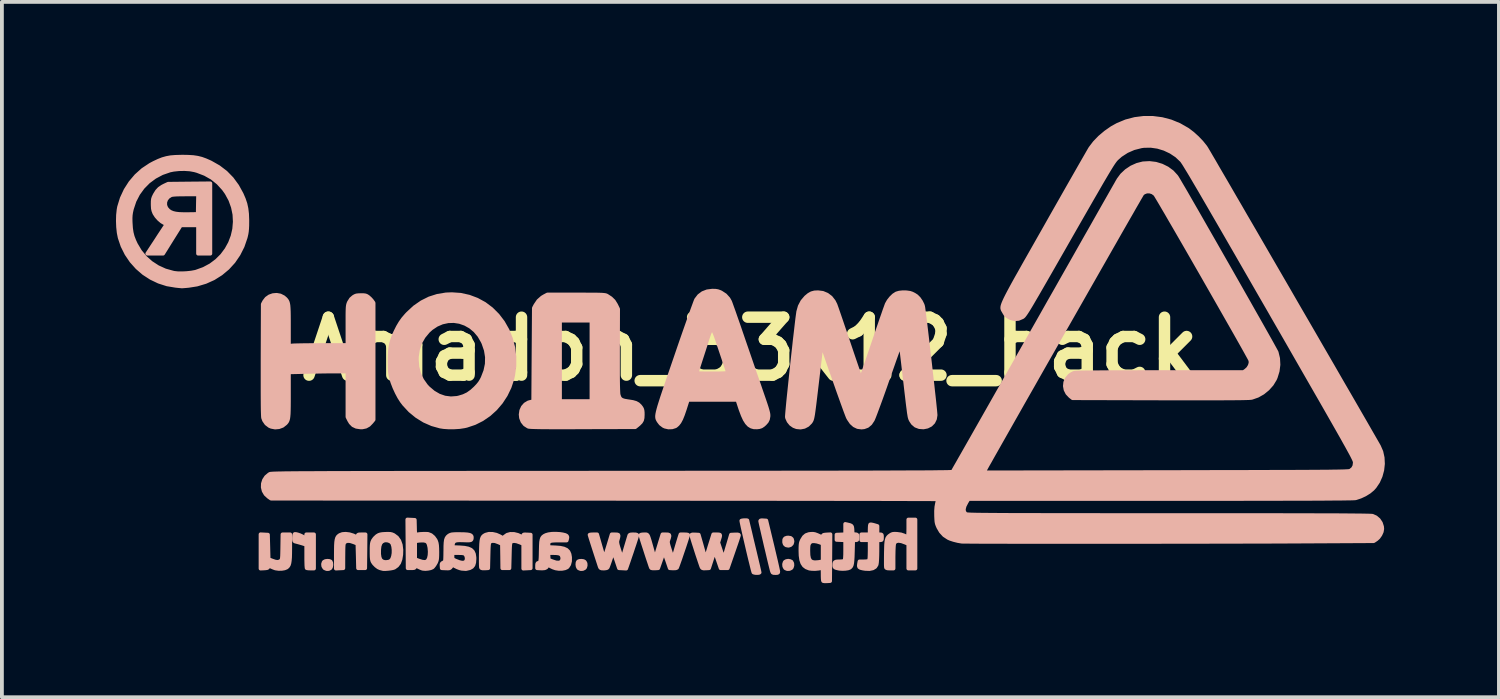
<source format=kicad_pcb>
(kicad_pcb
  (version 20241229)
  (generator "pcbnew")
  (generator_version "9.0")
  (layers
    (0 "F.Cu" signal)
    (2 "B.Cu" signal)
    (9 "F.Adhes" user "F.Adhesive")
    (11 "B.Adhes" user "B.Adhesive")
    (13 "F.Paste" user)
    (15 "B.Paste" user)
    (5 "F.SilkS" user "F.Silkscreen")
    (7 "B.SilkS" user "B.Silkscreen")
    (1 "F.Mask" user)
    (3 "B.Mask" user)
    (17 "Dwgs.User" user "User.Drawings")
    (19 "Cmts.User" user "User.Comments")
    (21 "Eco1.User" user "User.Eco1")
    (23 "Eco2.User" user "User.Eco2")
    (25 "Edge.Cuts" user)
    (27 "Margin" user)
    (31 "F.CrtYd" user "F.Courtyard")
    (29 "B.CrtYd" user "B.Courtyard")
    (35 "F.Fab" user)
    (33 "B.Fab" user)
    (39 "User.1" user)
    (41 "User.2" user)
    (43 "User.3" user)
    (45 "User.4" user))
  (footprint "Amadon_33x12_back"
    (layer "F.Cu")
    (at 16.688 6.126)
    (property "Reference" "Amadon_33x12_back" (at 0 0 0) (layer "F.SilkS") (effects (font (size 1.524 1.524) (thickness 0.3))))
    (attr through_hole)
    (fp_poly (pts (xy -11.024 5.677) (xy -11.032 5.729) (xy -11.05 5.765) (xy -11.094 5.787) (xy -11.148 5.788) (xy -11.199 5.767) (xy -11.21 5.757) (xy -11.237 5.711) (xy -11.242 5.657) (xy -11.226 5.608) (xy -11.217 5.598) (xy -11.181 5.579) (xy -11.129 5.572) (xy -11.079 5.576) (xy -11.044 5.591) (xy -11.028 5.626) (xy -11.024 5.677)) (stroke (width 0.1) (type solid)) (fill yes) (layer "B.SilkS"))
    (fp_poly (pts (xy -4.337 5.694) (xy -4.351 5.744) (xy -4.366 5.763) (xy -4.412 5.786) (xy -4.467 5.789) (xy -4.515 5.77) (xy -4.527 5.76) (xy -4.547 5.72) (xy -4.554 5.668) (xy -4.549 5.618) (xy -4.535 5.591) (xy -4.5 5.576) (xy -4.449 5.572) (xy -4.397 5.579) (xy -4.362 5.598) (xy -4.34 5.64) (xy -4.337 5.694)) (stroke (width 0.1) (type solid)) (fill yes) (layer "B.SilkS"))
    (fp_poly (pts (xy 1.101 5.067) (xy 1.086 5.122) (xy 1.049 5.159) (xy 0.997 5.175) (xy 0.939 5.164) (xy 0.931 5.16) (xy 0.9 5.133) (xy 0.885 5.089) (xy 0.884 5.074) (xy 0.886 5.014) (xy 0.91 4.979) (xy 0.958 4.963) (xy 0.992 4.961) (xy 1.052 4.97) (xy 1.087 5) (xy 1.1 5.053) (xy 1.101 5.067)) (stroke (width 0.1) (type solid)) (fill yes) (layer "B.SilkS"))
    (fp_poly (pts (xy 1.099 5.694) (xy 1.084 5.744) (xy 1.07 5.763) (xy 1.023 5.786) (xy 0.968 5.789) (xy 0.92 5.77) (xy 0.909 5.76) (xy 0.886 5.715) (xy 0.882 5.66) (xy 0.897 5.611) (xy 0.907 5.598) (xy 0.942 5.579) (xy 0.99 5.571) (xy 0.991 5.571) (xy 1.038 5.579) (xy 1.074 5.597) (xy 1.074 5.598) (xy 1.096 5.64) (xy 1.099 5.694)) (stroke (width 0.1) (type solid)) (fill yes) (layer "B.SilkS"))
    (fp_poly (pts (xy -11.481 5.774) (xy -11.571 5.774) (xy -11.624 5.772) (xy -11.662 5.767) (xy -11.673 5.763) (xy -11.676 5.743) (xy -11.68 5.695) (xy -11.682 5.625) (xy -11.684 5.537) (xy -11.684 5.451) (xy -11.684 5.15) (xy -11.79 5.116) (xy -11.855 5.097) (xy -11.916 5.08) (xy -11.951 5.071) (xy -11.982 5.063) (xy -11.999 5.049) (xy -12.005 5.019) (xy -12.006 4.97) (xy -12.003 4.917) (xy -11.995 4.879) (xy -11.988 4.868) (xy -11.961 4.867) (xy -11.912 4.878) (xy -11.854 4.898) (xy -11.795 4.925) (xy -11.744 4.954) (xy -11.684 4.994) (xy -11.684 4.936) (xy -11.684 4.877) (xy -11.582 4.877) (xy -11.481 4.877) (xy -11.481 5.326) (xy -11.481 5.774)) (stroke (width 0.1) (type solid)) (fill yes) (layer "B.SilkS"))
    (fp_poly (pts (xy 0.727 5.855) (xy 0.724 5.878) (xy 0.707 5.89) (xy 0.667 5.893) (xy 0.653 5.893) (xy 0.605 5.891) (xy 0.58 5.88) (xy 0.566 5.852) (xy 0.559 5.829) (xy 0.549 5.791) (xy 0.533 5.727) (xy 0.512 5.641) (xy 0.487 5.538) (xy 0.46 5.423) (xy 0.431 5.299) (xy 0.4 5.171) (xy 0.371 5.043) (xy 0.342 4.92) (xy 0.316 4.806) (xy 0.293 4.706) (xy 0.274 4.624) (xy 0.261 4.564) (xy 0.255 4.531) (xy 0.254 4.527) (xy 0.263 4.512) (xy 0.294 4.506) (xy 0.334 4.508) (xy 0.413 4.513) (xy 0.57 5.165) (xy 0.604 5.309) (xy 0.636 5.445) (xy 0.665 5.567) (xy 0.689 5.673) (xy 0.708 5.758) (xy 0.721 5.819) (xy 0.727 5.851) (xy 0.727 5.855)) (stroke (width 0.1) (type solid)) (fill yes) (layer "B.SilkS"))
    (fp_poly (pts (xy 0.237 5.879) (xy 0.222 5.888) (xy 0.187 5.892) (xy 0.142 5.892) (xy 0.102 5.886) (xy 0.077 5.877) (xy 0.076 5.875) (xy 0.069 5.854) (xy 0.055 5.804) (xy 0.037 5.731) (xy 0.014 5.637) (xy -0.013 5.529) (xy -0.042 5.408) (xy -0.072 5.281) (xy -0.102 5.151) (xy -0.132 5.023) (xy -0.16 4.9) (xy -0.186 4.787) (xy -0.208 4.689) (xy -0.225 4.609) (xy -0.237 4.551) (xy -0.242 4.521) (xy -0.242 4.517) (xy -0.224 4.511) (xy -0.187 4.506) (xy -0.143 4.504) (xy -0.105 4.505) (xy -0.085 4.509) (xy -0.085 4.511) (xy -0.081 4.528) (xy -0.07 4.575) (xy -0.053 4.647) (xy -0.03 4.742) (xy -0.003 4.856) (xy 0.027 4.986) (xy 0.061 5.128) (xy 0.076 5.191) (xy 0.111 5.337) (xy 0.143 5.472) (xy 0.172 5.594) (xy 0.197 5.699) (xy 0.216 5.783) (xy 0.23 5.843) (xy 0.236 5.874) (xy 0.237 5.879)) (stroke (width 0.1) (type solid)) (fill yes) (layer "B.SilkS"))
    (fp_poly (pts (xy -10.126 4.877) (xy -10.13 5.321) (xy -10.135 5.766) (xy -10.228 5.766) (xy -10.321 5.766) (xy -10.329 5.444) (xy -10.338 5.123) (xy -10.431 5.085) (xy -10.526 5.054) (xy -10.6 5.049) (xy -10.654 5.069) (xy -10.668 5.08) (xy -10.681 5.094) (xy -10.69 5.109) (xy -10.697 5.13) (xy -10.702 5.162) (xy -10.705 5.21) (xy -10.707 5.277) (xy -10.708 5.369) (xy -10.709 5.49) (xy -10.709 5.495) (xy -10.71 5.766) (xy -10.808 5.771) (xy -10.905 5.776) (xy -10.905 5.411) (xy -10.904 5.273) (xy -10.902 5.165) (xy -10.897 5.083) (xy -10.888 5.021) (xy -10.875 4.975) (xy -10.857 4.941) (xy -10.832 4.916) (xy -10.8 4.893) (xy -10.732 4.868) (xy -10.646 4.862) (xy -10.549 4.874) (xy -10.45 4.904) (xy -10.427 4.915) (xy -10.329 4.96) (xy -10.329 4.918) (xy -10.327 4.895) (xy -10.315 4.883) (xy -10.285 4.878) (xy -10.23 4.877) (xy -10.227 4.877) (xy -10.126 4.877)) (stroke (width 0.1) (type solid)) (fill yes) (layer "B.SilkS"))
    (fp_poly (pts (xy -12.107 5.232) (xy -12.108 5.372) (xy -12.111 5.482) (xy -12.118 5.567) (xy -12.128 5.631) (xy -12.142 5.678) (xy -12.163 5.713) (xy -12.189 5.739) (xy -12.204 5.75) (xy -12.257 5.771) (xy -12.33 5.783) (xy -12.41 5.784) (xy -12.484 5.774) (xy -12.505 5.769) (xy -12.564 5.746) (xy -12.62 5.721) (xy -12.627 5.718) (xy -12.663 5.701) (xy -12.679 5.701) (xy -12.685 5.721) (xy -12.686 5.728) (xy -12.693 5.75) (xy -12.712 5.762) (xy -12.751 5.768) (xy -12.789 5.771) (xy -12.886 5.776) (xy -12.886 5.326) (xy -12.886 4.875) (xy -12.789 4.88) (xy -12.692 4.885) (xy -12.683 5.207) (xy -12.675 5.528) (xy -12.581 5.566) (xy -12.499 5.594) (xy -12.436 5.602) (xy -12.387 5.59) (xy -12.359 5.573) (xy -12.345 5.56) (xy -12.335 5.546) (xy -12.328 5.524) (xy -12.323 5.491) (xy -12.319 5.441) (xy -12.317 5.369) (xy -12.315 5.27) (xy -12.314 5.209) (xy -12.309 4.877) (xy -12.208 4.877) (xy -12.107 4.877) (xy -12.107 5.232)) (stroke (width 0.1) (type solid)) (fill yes) (layer "B.SilkS"))
    (fp_poly (pts (xy 3.454 4.953) (xy 3.453 5) (xy 3.445 5.022) (xy 3.422 5.029) (xy 3.395 5.029) (xy 3.336 5.029) (xy 3.335 5.321) (xy 3.333 5.441) (xy 3.329 5.542) (xy 3.323 5.619) (xy 3.315 5.667) (xy 3.314 5.673) (xy 3.277 5.732) (xy 3.214 5.77) (xy 3.126 5.788) (xy 3.016 5.784) (xy 2.948 5.773) (xy 2.889 5.758) (xy 2.858 5.738) (xy 2.848 5.706) (xy 2.853 5.657) (xy 2.865 5.588) (xy 2.978 5.588) (xy 3.043 5.585) (xy 3.092 5.577) (xy 3.112 5.568) (xy 3.121 5.544) (xy 3.128 5.492) (xy 3.131 5.409) (xy 3.133 5.295) (xy 3.133 5.288) (xy 3.133 5.029) (xy 3.023 5.029) (xy 2.913 5.029) (xy 2.913 4.953) (xy 2.913 4.877) (xy 3.023 4.877) (xy 3.133 4.877) (xy 3.133 4.751) (xy 3.135 4.689) (xy 3.139 4.641) (xy 3.146 4.617) (xy 3.148 4.616) (xy 3.171 4.615) (xy 3.215 4.623) (xy 3.249 4.632) (xy 3.336 4.658) (xy 3.336 4.767) (xy 3.336 4.877) (xy 3.395 4.877) (xy 3.432 4.878) (xy 3.449 4.889) (xy 3.454 4.919) (xy 3.454 4.953)) (stroke (width 0.1) (type solid)) (fill yes) (layer "B.SilkS"))
    (fp_poly (pts (xy 4.335 5.774) (xy 4.242 5.774) (xy 4.149 5.774) (xy 4.149 5.452) (xy 4.149 5.129) (xy 4.071 5.095) (xy 3.97 5.058) (xy 3.888 5.046) (xy 3.826 5.059) (xy 3.786 5.097) (xy 3.778 5.116) (xy 3.771 5.153) (xy 3.766 5.217) (xy 3.762 5.305) (xy 3.76 5.409) (xy 3.759 5.472) (xy 3.759 5.774) (xy 3.666 5.774) (xy 3.603 5.771) (xy 3.569 5.759) (xy 3.563 5.75) (xy 3.56 5.727) (xy 3.558 5.675) (xy 3.558 5.6) (xy 3.558 5.508) (xy 3.559 5.404) (xy 3.559 5.382) (xy 3.562 5.252) (xy 3.565 5.152) (xy 3.572 5.075) (xy 3.582 5.019) (xy 3.596 4.977) (xy 3.617 4.946) (xy 3.644 4.919) (xy 3.675 4.897) (xy 3.711 4.875) (xy 3.747 4.864) (xy 3.795 4.861) (xy 3.852 4.864) (xy 3.955 4.878) (xy 4.038 4.906) (xy 4.042 4.908) (xy 4.088 4.93) (xy 4.122 4.943) (xy 4.131 4.945) (xy 4.139 4.928) (xy 4.145 4.879) (xy 4.148 4.8) (xy 4.149 4.716) (xy 4.149 4.487) (xy 4.242 4.487) (xy 4.335 4.487) (xy 4.335 5.131) (xy 4.335 5.774)) (stroke (width 0.1) (type solid)) (fill yes) (layer "B.SilkS"))
    (fp_poly (pts (xy 2.811 4.954) (xy 2.81 5) (xy 2.801 5.022) (xy 2.777 5.029) (xy 2.754 5.029) (xy 2.697 5.029) (xy 2.689 5.338) (xy 2.685 5.463) (xy 2.679 5.558) (xy 2.672 5.628) (xy 2.661 5.679) (xy 2.646 5.715) (xy 2.626 5.739) (xy 2.604 5.756) (xy 2.559 5.772) (xy 2.492 5.782) (xy 2.416 5.785) (xy 2.34 5.78) (xy 2.307 5.774) (xy 2.249 5.76) (xy 2.217 5.745) (xy 2.204 5.723) (xy 2.201 5.69) (xy 2.204 5.639) (xy 2.217 5.609) (xy 2.247 5.593) (xy 2.301 5.588) (xy 2.335 5.588) (xy 2.4 5.585) (xy 2.448 5.577) (xy 2.469 5.568) (xy 2.478 5.544) (xy 2.484 5.491) (xy 2.488 5.409) (xy 2.489 5.295) (xy 2.489 5.289) (xy 2.489 5.031) (xy 2.375 5.026) (xy 2.261 5.021) (xy 2.261 4.953) (xy 2.261 4.885) (xy 2.375 4.88) (xy 2.489 4.875) (xy 2.489 4.739) (xy 2.489 4.603) (xy 2.544 4.615) (xy 2.609 4.631) (xy 2.648 4.648) (xy 2.668 4.674) (xy 2.676 4.717) (xy 2.679 4.762) (xy 2.684 4.868) (xy 2.747 4.874) (xy 2.787 4.879) (xy 2.805 4.891) (xy 2.811 4.922) (xy 2.811 4.954)) (stroke (width 0.1) (type solid)) (fill yes) (layer "B.SilkS"))
    (fp_poly (pts (xy -14.207 -2.506) (xy -14.368 -2.506) (xy -14.528 -2.506) (xy -14.528 -4.064) (xy -14.859 -4.064) (xy -14.989 -4.063) (xy -15.089 -4.061) (xy -15.162 -4.056) (xy -15.213 -4.05) (xy -15.245 -4.041) (xy -15.319 -3.993) (xy -15.369 -3.929) (xy -15.394 -3.855) (xy -15.393 -3.777) (xy -15.364 -3.703) (xy -15.308 -3.639) (xy -15.255 -3.603) (xy -15.193 -3.577) (xy -15.118 -3.559) (xy -15.024 -3.548) (xy -14.905 -3.544) (xy -14.8 -3.544) (xy -14.537 -3.548) (xy -14.533 -3.806) (xy -14.528 -4.064) (xy -14.528 -2.506) (xy -14.529 -2.506) (xy -14.529 -2.879) (xy -14.529 -3.251) (xy -14.756 -3.251) (xy -14.984 -3.251) (xy -15.217 -2.879) (xy -15.449 -2.506) (xy -15.657 -2.506) (xy -15.865 -2.506) (xy -15.623 -2.874) (xy -15.558 -2.975) (xy -15.498 -3.066) (xy -15.446 -3.145) (xy -15.406 -3.206) (xy -15.379 -3.247) (xy -15.369 -3.263) (xy -15.375 -3.284) (xy -15.412 -3.307) (xy -15.417 -3.309) (xy -15.486 -3.35) (xy -15.559 -3.412) (xy -15.625 -3.486) (xy -15.674 -3.561) (xy -15.682 -3.578) (xy -15.704 -3.635) (xy -15.717 -3.693) (xy -15.721 -3.766) (xy -15.722 -3.81) (xy -15.721 -3.885) (xy -15.715 -3.939) (xy -15.701 -3.985) (xy -15.677 -4.036) (xy -15.664 -4.061) (xy -15.609 -4.149) (xy -15.548 -4.215) (xy -15.469 -4.269) (xy -15.409 -4.3) (xy -15.316 -4.343) (xy -14.762 -4.349) (xy -14.207 -4.354) (xy -14.207 -3.43) (xy -14.207 -2.506)) (stroke (width 0.1) (type solid)) (fill yes) (layer "B.SilkS"))
    (fp_poly (pts (xy -9.183 5.285) (xy -9.187 5.41) (xy -9.207 5.532) (xy -9.242 5.627) (xy -9.295 5.698) (xy -9.367 5.75) (xy -9.37 5.752) (xy -9.387 5.757) (xy -9.387 5.282) (xy -9.397 5.195) (xy -9.42 5.12) (xy -9.425 5.11) (xy -9.464 5.069) (xy -9.523 5.042) (xy -9.59 5.033) (xy -9.637 5.039) (xy -9.695 5.068) (xy -9.734 5.116) (xy -9.758 5.188) (xy -9.768 5.276) (xy -9.769 5.394) (xy -9.756 5.482) (xy -9.73 5.545) (xy -9.687 5.584) (xy -9.627 5.603) (xy -9.587 5.605) (xy -9.513 5.596) (xy -9.461 5.571) (xy -9.426 5.525) (xy -9.402 5.456) (xy -9.388 5.372) (xy -9.387 5.282) (xy -9.387 5.757) (xy -9.408 5.764) (xy -9.466 5.775) (xy -9.533 5.783) (xy -9.599 5.788) (xy -9.652 5.788) (xy -9.677 5.784) (xy -9.706 5.776) (xy -9.741 5.767) (xy -9.792 5.744) (xy -9.849 5.701) (xy -9.902 5.647) (xy -9.936 5.598) (xy -9.949 5.568) (xy -9.958 5.527) (xy -9.963 5.469) (xy -9.965 5.388) (xy -9.965 5.326) (xy -9.965 5.232) (xy -9.962 5.165) (xy -9.957 5.117) (xy -9.948 5.08) (xy -9.934 5.048) (xy -9.927 5.033) (xy -9.887 4.978) (xy -9.835 4.928) (xy -9.819 4.916) (xy -9.779 4.892) (xy -9.737 4.878) (xy -9.684 4.869) (xy -9.608 4.864) (xy -9.604 4.864) (xy -9.528 4.862) (xy -9.474 4.865) (xy -9.432 4.874) (xy -9.39 4.892) (xy -9.381 4.897) (xy -9.299 4.958) (xy -9.238 5.044) (xy -9.199 5.154) (xy -9.183 5.285)) (stroke (width 0.1) (type solid)) (fill yes) (layer "B.SilkS"))
    (fp_poly (pts (xy -8.238 5.34) (xy -8.238 5.342) (xy -8.239 5.432) (xy -8.242 5.496) (xy -8.248 5.543) (xy -8.259 5.582) (xy -8.276 5.621) (xy -8.281 5.629) (xy -8.313 5.683) (xy -8.348 5.728) (xy -8.366 5.745) (xy -8.414 5.766) (xy -8.436 5.771) (xy -8.436 5.332) (xy -8.444 5.233) (xy -8.446 5.217) (xy -8.465 5.135) (xy -8.492 5.082) (xy -8.533 5.052) (xy -8.593 5.04) (xy -8.632 5.039) (xy -8.695 5.041) (xy -8.751 5.047) (xy -8.776 5.052) (xy -8.822 5.064) (xy -8.822 5.297) (xy -8.822 5.531) (xy -8.725 5.567) (xy -8.636 5.595) (xy -8.57 5.603) (xy -8.522 5.592) (xy -8.486 5.562) (xy -8.458 5.505) (xy -8.441 5.426) (xy -8.436 5.332) (xy -8.436 5.771) (xy -8.481 5.78) (xy -8.553 5.786) (xy -8.617 5.781) (xy -8.636 5.776) (xy -8.678 5.76) (xy -8.731 5.735) (xy -8.749 5.726) (xy -8.82 5.69) (xy -8.825 5.728) (xy -8.832 5.75) (xy -8.85 5.761) (xy -8.888 5.765) (xy -8.924 5.766) (xy -9.017 5.766) (xy -9.021 5.126) (xy -9.026 4.486) (xy -8.928 4.491) (xy -8.831 4.496) (xy -8.826 4.696) (xy -8.824 4.781) (xy -8.82 4.838) (xy -8.816 4.871) (xy -8.808 4.885) (xy -8.798 4.887) (xy -8.792 4.885) (xy -8.751 4.875) (xy -8.688 4.867) (xy -8.615 4.863) (xy -8.544 4.862) (xy -8.487 4.865) (xy -8.476 4.867) (xy -8.403 4.896) (xy -8.337 4.952) (xy -8.284 5.026) (xy -8.269 5.06) (xy -8.254 5.107) (xy -8.245 5.165) (xy -8.24 5.24) (xy -8.238 5.34)) (stroke (width 0.1) (type solid)) (fill yes) (layer "B.SilkS"))
    (fp_poly (pts (xy -5.783 5.766) (xy -5.88 5.771) (xy -5.977 5.776) (xy -5.977 5.452) (xy -5.977 5.129) (xy -6.056 5.094) (xy -6.149 5.061) (xy -6.225 5.05) (xy -6.281 5.063) (xy -6.291 5.069) (xy -6.302 5.08) (xy -6.311 5.096) (xy -6.318 5.122) (xy -6.323 5.162) (xy -6.327 5.222) (xy -6.33 5.306) (xy -6.333 5.418) (xy -6.333 5.43) (xy -6.342 5.766) (xy -6.435 5.766) (xy -6.528 5.766) (xy -6.532 5.447) (xy -6.537 5.129) (xy -6.626 5.088) (xy -6.718 5.054) (xy -6.794 5.049) (xy -6.851 5.07) (xy -6.862 5.081) (xy -6.871 5.097) (xy -6.877 5.124) (xy -6.882 5.166) (xy -6.886 5.228) (xy -6.889 5.314) (xy -6.892 5.429) (xy -6.892 5.43) (xy -6.9 5.766) (xy -6.989 5.771) (xy -7.046 5.771) (xy -7.078 5.763) (xy -7.088 5.751) (xy -7.091 5.727) (xy -7.093 5.674) (xy -7.094 5.599) (xy -7.094 5.506) (xy -7.093 5.401) (xy -7.092 5.373) (xy -7.089 5.24) (xy -7.085 5.136) (xy -7.078 5.057) (xy -7.068 4.999) (xy -7.052 4.957) (xy -7.031 4.927) (xy -7.002 4.905) (xy -6.966 4.885) (xy -6.884 4.863) (xy -6.788 4.864) (xy -6.687 4.886) (xy -6.598 4.925) (xy -6.506 4.976) (xy -6.468 4.936) (xy -6.401 4.888) (xy -6.317 4.865) (xy -6.221 4.866) (xy -6.12 4.891) (xy -6.064 4.917) (xy -5.977 4.962) (xy -5.977 4.918) (xy -5.976 4.894) (xy -5.965 4.882) (xy -5.936 4.878) (xy -5.882 4.88) (xy -5.88 4.88) (xy -5.783 4.885) (xy -5.783 5.326) (xy -5.783 5.766)) (stroke (width 0.1) (type solid)) (fill yes) (layer "B.SilkS"))
    (fp_poly (pts (xy -0.306 4.897) (xy -0.306 4.897) (xy -0.311 4.918) (xy -0.327 4.967) (xy -0.35 5.039) (xy -0.381 5.13) (xy -0.417 5.234) (xy -0.454 5.342) (xy -0.601 5.766) (xy -0.694 5.766) (xy -0.787 5.766) (xy -0.865 5.538) (xy -0.943 5.31) (xy -1.018 5.538) (xy -1.092 5.766) (xy -1.18 5.771) (xy -1.235 5.772) (xy -1.267 5.764) (xy -1.284 5.746) (xy -1.284 5.745) (xy -1.295 5.72) (xy -1.313 5.668) (xy -1.338 5.595) (xy -1.367 5.507) (xy -1.4 5.409) (xy -1.433 5.307) (xy -1.465 5.205) (xy -1.496 5.11) (xy -1.522 5.026) (xy -1.542 4.959) (xy -1.554 4.915) (xy -1.558 4.899) (xy -1.549 4.885) (xy -1.519 4.879) (xy -1.462 4.88) (xy -1.461 4.88) (xy -1.364 4.885) (xy -1.291 5.139) (xy -1.265 5.233) (xy -1.24 5.32) (xy -1.219 5.394) (xy -1.204 5.446) (xy -1.2 5.461) (xy -1.182 5.529) (xy -1.149 5.419) (xy -1.13 5.359) (xy -1.105 5.277) (xy -1.077 5.185) (xy -1.048 5.093) (xy -0.981 4.877) (xy -0.888 4.877) (xy -0.836 4.878) (xy -0.808 4.886) (xy -0.799 4.907) (xy -0.807 4.949) (xy -0.824 5.004) (xy -0.851 5.092) (xy -0.778 5.31) (xy -0.749 5.397) (xy -0.728 5.456) (xy -0.714 5.489) (xy -0.704 5.502) (xy -0.697 5.496) (xy -0.69 5.477) (xy -0.688 5.469) (xy -0.677 5.433) (xy -0.659 5.371) (xy -0.635 5.291) (xy -0.608 5.2) (xy -0.592 5.148) (xy -0.514 4.885) (xy -0.41 4.88) (xy -0.348 4.879) (xy -0.315 4.885) (xy -0.306 4.897)) (stroke (width 0.1) (type solid)) (fill yes) (layer "B.SilkS"))
    (fp_poly (pts (xy 2.1 4.875) (xy 2.096 5.49) (xy 2.091 6.104) (xy 2.006 6.109) (xy 1.955 6.11) (xy 1.918 6.106) (xy 1.909 6.102) (xy 1.903 6.081) (xy 1.899 6.034) (xy 1.897 5.969) (xy 1.897 5.922) (xy 1.897 5.585) (xy 1.897 5.352) (xy 1.897 5.118) (xy 1.816 5.088) (xy 1.751 5.068) (xy 1.683 5.057) (xy 1.662 5.056) (xy 1.61 5.059) (xy 1.576 5.075) (xy 1.553 5.101) (xy 1.536 5.128) (xy 1.525 5.161) (xy 1.52 5.207) (xy 1.518 5.275) (xy 1.518 5.313) (xy 1.522 5.427) (xy 1.538 5.511) (xy 1.569 5.568) (xy 1.618 5.6) (xy 1.688 5.612) (xy 1.784 5.605) (xy 1.85 5.594) (xy 1.897 5.585) (xy 1.897 5.922) (xy 1.896 5.845) (xy 1.894 5.797) (xy 1.89 5.771) (xy 1.881 5.761) (xy 1.866 5.762) (xy 1.858 5.764) (xy 1.786 5.778) (xy 1.701 5.786) (xy 1.618 5.785) (xy 1.552 5.777) (xy 1.546 5.776) (xy 1.466 5.745) (xy 1.405 5.699) (xy 1.361 5.633) (xy 1.332 5.546) (xy 1.316 5.432) (xy 1.312 5.309) (xy 1.313 5.219) (xy 1.316 5.155) (xy 1.322 5.108) (xy 1.333 5.07) (xy 1.35 5.032) (xy 1.355 5.022) (xy 1.403 4.945) (xy 1.46 4.896) (xy 1.533 4.87) (xy 1.582 4.864) (xy 1.64 4.862) (xy 1.69 4.87) (xy 1.748 4.891) (xy 1.785 4.907) (xy 1.842 4.934) (xy 1.875 4.946) (xy 1.891 4.946) (xy 1.898 4.934) (xy 1.9 4.922) (xy 1.907 4.901) (xy 1.926 4.889) (xy 1.966 4.883) (xy 2.003 4.88) (xy 2.1 4.875)) (stroke (width 0.1) (type solid)) (fill yes) (layer "B.SilkS"))
    (fp_poly (pts (xy -4.747 5.48) (xy -4.748 5.582) (xy -4.77 5.667) (xy -4.811 5.73) (xy -4.827 5.744) (xy -4.881 5.768) (xy -4.949 5.781) (xy -4.949 5.525) (xy -4.952 5.478) (xy -4.967 5.43) (xy -4.996 5.397) (xy -5.044 5.378) (xy -5.116 5.369) (xy -5.178 5.368) (xy -5.319 5.368) (xy -5.314 5.457) (xy -5.309 5.546) (xy -5.215 5.583) (xy -5.118 5.615) (xy -5.042 5.62) (xy -4.988 5.601) (xy -4.968 5.58) (xy -4.949 5.525) (xy -4.949 5.781) (xy -4.956 5.782) (xy -5.04 5.784) (xy -5.12 5.772) (xy -5.132 5.769) (xy -5.195 5.747) (xy -5.255 5.718) (xy -5.269 5.71) (xy -5.329 5.673) (xy -5.348 5.715) (xy -5.373 5.748) (xy -5.416 5.767) (xy -5.482 5.773) (xy -5.53 5.771) (xy -5.613 5.766) (xy -5.613 5.698) (xy -5.61 5.653) (xy -5.598 5.632) (xy -5.575 5.625) (xy -5.557 5.62) (xy -5.544 5.61) (xy -5.534 5.589) (xy -5.527 5.553) (xy -5.522 5.497) (xy -5.519 5.418) (xy -5.517 5.31) (xy -5.516 5.282) (xy -5.513 5.167) (xy -5.508 5.08) (xy -5.497 5.017) (xy -5.481 4.971) (xy -5.456 4.939) (xy -5.42 4.913) (xy -5.379 4.893) (xy -5.313 4.874) (xy -5.225 4.862) (xy -5.123 4.86) (xy -5.018 4.866) (xy -4.943 4.877) (xy -4.874 4.894) (xy -4.834 4.915) (xy -4.818 4.945) (xy -4.823 4.987) (xy -4.837 5.037) (xy -5.053 5.037) (xy -5.153 5.039) (xy -5.224 5.044) (xy -5.271 5.055) (xy -5.299 5.074) (xy -5.313 5.104) (xy -5.317 5.146) (xy -5.317 5.157) (xy -5.317 5.211) (xy -5.134 5.219) (xy -5.008 5.229) (xy -4.911 5.25) (xy -4.839 5.283) (xy -4.79 5.332) (xy -4.761 5.399) (xy -4.747 5.48)) (stroke (width 0.1) (type solid)) (fill yes) (layer "B.SilkS"))
    (fp_poly (pts (xy -2.836 1.729) (xy -2.84 1.812) (xy -2.854 1.873) (xy -2.884 1.924) (xy -2.935 1.976) (xy -2.97 2.006) (xy -3.034 2.057) (xy -4.183 2.06) (xy -4.183 1.372) (xy -4.183 0.313) (xy -4.183 -0.745) (xy -4.597 -0.745) (xy -5.012 -0.745) (xy -5.012 0.313) (xy -5.012 1.372) (xy -4.597 1.372) (xy -4.183 1.372) (xy -4.183 2.06) (xy -4.417 2.061) (xy -4.674 2.062) (xy -4.9 2.062) (xy -5.096 2.062) (xy -5.264 2.062) (xy -5.406 2.061) (xy -5.524 2.06) (xy -5.621 2.058) (xy -5.698 2.056) (xy -5.757 2.054) (xy -5.8 2.051) (xy -5.83 2.048) (xy -5.847 2.043) (xy -5.85 2.042) (xy -5.936 1.987) (xy -5.999 1.908) (xy -6.036 1.812) (xy -6.045 1.725) (xy -6.03 1.621) (xy -5.989 1.53) (xy -5.925 1.457) (xy -5.842 1.407) (xy -5.778 1.39) (xy -5.715 1.38) (xy -5.707 0.152) (xy -5.698 -1.075) (xy -5.658 -1.151) (xy -5.581 -1.265) (xy -5.482 -1.353) (xy -5.427 -1.386) (xy -5.342 -1.431) (xy -4.589 -1.431) (xy -4.409 -1.431) (xy -4.259 -1.43) (xy -4.137 -1.43) (xy -4.04 -1.429) (xy -3.963 -1.427) (xy -3.905 -1.425) (xy -3.861 -1.421) (xy -3.829 -1.417) (xy -3.806 -1.412) (xy -3.788 -1.405) (xy -3.776 -1.399) (xy -3.675 -1.333) (xy -3.598 -1.258) (xy -3.539 -1.163) (xy -3.537 -1.159) (xy -3.484 -1.05) (xy -3.487 0.039) (xy -3.487 0.286) (xy -3.487 0.499) (xy -3.487 0.682) (xy -3.486 0.836) (xy -3.484 0.961) (xy -3.481 1.059) (xy -3.478 1.132) (xy -3.475 1.182) (xy -3.471 1.206) (xy -3.451 1.267) (xy -3.423 1.31) (xy -3.381 1.34) (xy -3.319 1.36) (xy -3.231 1.375) (xy -3.203 1.379) (xy -3.097 1.396) (xy -3.017 1.419) (xy -2.957 1.452) (xy -2.907 1.499) (xy -2.877 1.538) (xy -2.855 1.575) (xy -2.843 1.615) (xy -2.837 1.669) (xy -2.836 1.729)) (stroke (width 0.1) (type solid)) (fill yes) (layer "B.SilkS"))
    (fp_poly (pts (xy -7.261 5.52) (xy -7.268 5.615) (xy -7.288 5.683) (xy -7.325 5.731) (xy -7.383 5.764) (xy -7.463 5.783) (xy -7.463 5.507) (xy -7.473 5.449) (xy -7.501 5.402) (xy -7.501 5.402) (xy -7.523 5.385) (xy -7.552 5.375) (xy -7.597 5.37) (xy -7.665 5.368) (xy -7.688 5.368) (xy -7.84 5.368) (xy -7.84 5.45) (xy -7.839 5.498) (xy -7.829 5.526) (xy -7.804 5.546) (xy -7.76 5.567) (xy -7.662 5.605) (xy -7.587 5.622) (xy -7.53 5.617) (xy -7.497 5.601) (xy -7.471 5.561) (xy -7.463 5.507) (xy -7.463 5.783) (xy -7.486 5.788) (xy -7.597 5.78) (xy -7.649 5.767) (xy -7.71 5.744) (xy -7.769 5.715) (xy -7.779 5.71) (xy -7.836 5.676) (xy -7.873 5.726) (xy -7.896 5.753) (xy -7.92 5.768) (xy -7.955 5.772) (xy -8.013 5.771) (xy -8.015 5.771) (xy -8.12 5.766) (xy -8.125 5.702) (xy -8.125 5.658) (xy -8.112 5.635) (xy -8.089 5.623) (xy -8.053 5.601) (xy -8.037 5.579) (xy -8.033 5.553) (xy -8.03 5.5) (xy -8.028 5.426) (xy -8.027 5.339) (xy -8.026 5.297) (xy -8.025 5.179) (xy -8.02 5.09) (xy -8.011 5.024) (xy -7.994 4.976) (xy -7.97 4.941) (xy -7.937 4.912) (xy -7.92 4.901) (xy -7.893 4.888) (xy -7.861 4.878) (xy -7.817 4.873) (xy -7.754 4.87) (xy -7.666 4.869) (xy -7.645 4.87) (xy -7.531 4.872) (xy -7.447 4.878) (xy -7.389 4.889) (xy -7.353 4.906) (xy -7.335 4.93) (xy -7.332 4.951) (xy -7.333 4.988) (xy -7.341 5.013) (xy -7.359 5.028) (xy -7.395 5.035) (xy -7.453 5.036) (xy -7.539 5.034) (xy -7.549 5.033) (xy -7.65 5.031) (xy -7.722 5.035) (xy -7.772 5.048) (xy -7.804 5.072) (xy -7.822 5.108) (xy -7.832 5.15) (xy -7.843 5.211) (xy -7.651 5.219) (xy -7.523 5.229) (xy -7.425 5.249) (xy -7.353 5.281) (xy -7.304 5.329) (xy -7.275 5.394) (xy -7.262 5.479) (xy -7.261 5.52)) (stroke (width 0.1) (type solid)) (fill yes) (layer "B.SilkS"))
    (fp_poly (pts (xy -2.98 4.899) (xy -2.986 4.921) (xy -3 4.97) (xy -3.023 5.041) (xy -3.052 5.131) (xy -3.087 5.234) (xy -3.124 5.347) (xy -3.164 5.463) (xy -3.203 5.579) (xy -3.242 5.691) (xy -3.243 5.695) (xy -3.272 5.776) (xy -3.366 5.771) (xy -3.46 5.766) (xy -3.529 5.56) (xy -3.556 5.481) (xy -3.579 5.415) (xy -3.597 5.368) (xy -3.607 5.345) (xy -3.608 5.344) (xy -3.616 5.356) (xy -3.632 5.394) (xy -3.654 5.453) (xy -3.679 5.526) (xy -3.682 5.534) (xy -3.708 5.612) (xy -3.732 5.679) (xy -3.751 5.729) (xy -3.763 5.753) (xy -3.763 5.753) (xy -3.789 5.766) (xy -3.836 5.773) (xy -3.863 5.774) (xy -3.915 5.772) (xy -3.944 5.762) (xy -3.959 5.741) (xy -3.961 5.736) (xy -3.972 5.706) (xy -3.99 5.65) (xy -4.014 5.576) (xy -4.043 5.487) (xy -4.075 5.389) (xy -4.108 5.287) (xy -4.14 5.187) (xy -4.17 5.093) (xy -4.196 5.011) (xy -4.216 4.946) (xy -4.229 4.903) (xy -4.233 4.888) (xy -4.218 4.882) (xy -4.178 4.878) (xy -4.134 4.877) (xy -4.035 4.877) (xy -3.943 5.199) (xy -3.908 5.319) (xy -3.88 5.408) (xy -3.859 5.466) (xy -3.845 5.492) (xy -3.84 5.491) (xy -3.832 5.465) (xy -3.815 5.413) (xy -3.793 5.341) (xy -3.766 5.253) (xy -3.74 5.169) (xy -3.652 4.877) (xy -3.562 4.877) (xy -3.51 4.879) (xy -3.481 4.888) (xy -3.472 4.913) (xy -3.479 4.957) (xy -3.494 5.012) (xy -3.503 5.045) (xy -3.506 5.074) (xy -3.503 5.107) (xy -3.494 5.152) (xy -3.476 5.214) (xy -3.448 5.301) (xy -3.446 5.309) (xy -3.375 5.529) (xy -3.337 5.402) (xy -3.315 5.327) (xy -3.288 5.235) (xy -3.26 5.142) (xy -3.249 5.105) (xy -3.227 5.032) (xy -3.208 4.968) (xy -3.194 4.923) (xy -3.19 4.906) (xy -3.178 4.889) (xy -3.151 4.88) (xy -3.1 4.877) (xy -3.081 4.877) (xy -3.02 4.879) (xy -2.988 4.888) (xy -2.98 4.899)) (stroke (width 0.1) (type solid)) (fill yes) (layer "B.SilkS"))
    (fp_poly (pts (xy -1.643 4.889) (xy -1.648 4.911) (xy -1.663 4.96) (xy -1.685 5.03) (xy -1.713 5.116) (xy -1.745 5.213) (xy -1.78 5.315) (xy -1.815 5.418) (xy -1.848 5.516) (xy -1.879 5.603) (xy -1.905 5.676) (xy -1.924 5.727) (xy -1.935 5.752) (xy -1.935 5.754) (xy -1.966 5.768) (xy -2.026 5.771) (xy -2.039 5.771) (xy -2.125 5.766) (xy -2.2 5.546) (xy -2.228 5.468) (xy -2.252 5.405) (xy -2.27 5.361) (xy -2.28 5.343) (xy -2.282 5.343) (xy -2.29 5.364) (xy -2.306 5.411) (xy -2.329 5.477) (xy -2.356 5.554) (xy -2.359 5.563) (xy -2.43 5.766) (xy -2.517 5.771) (xy -2.569 5.771) (xy -2.605 5.765) (xy -2.615 5.759) (xy -2.624 5.738) (xy -2.641 5.69) (xy -2.664 5.62) (xy -2.693 5.535) (xy -2.725 5.438) (xy -2.758 5.336) (xy -2.791 5.233) (xy -2.823 5.135) (xy -2.851 5.047) (xy -2.873 4.975) (xy -2.889 4.923) (xy -2.895 4.897) (xy -2.896 4.896) (xy -2.88 4.884) (xy -2.836 4.878) (xy -2.802 4.877) (xy -2.769 4.876) (xy -2.744 4.877) (xy -2.725 4.883) (xy -2.708 4.898) (xy -2.692 4.926) (xy -2.676 4.971) (xy -2.655 5.037) (xy -2.629 5.128) (xy -2.597 5.242) (xy -2.516 5.528) (xy -2.467 5.367) (xy -2.439 5.274) (xy -2.406 5.167) (xy -2.376 5.067) (xy -2.368 5.042) (xy -2.317 4.877) (xy -2.225 4.877) (xy -2.171 4.879) (xy -2.142 4.891) (xy -2.133 4.917) (xy -2.143 4.965) (xy -2.159 5.012) (xy -2.169 5.043) (xy -2.174 5.07) (xy -2.172 5.1) (xy -2.164 5.141) (xy -2.147 5.2) (xy -2.121 5.282) (xy -2.114 5.302) (xy -2.088 5.382) (xy -2.065 5.447) (xy -2.048 5.493) (xy -2.039 5.514) (xy -2.038 5.515) (xy -2.031 5.497) (xy -2.017 5.453) (xy -1.998 5.389) (xy -1.974 5.309) (xy -1.964 5.273) (xy -1.937 5.181) (xy -1.911 5.094) (xy -1.888 5.019) (xy -1.872 4.966) (xy -1.869 4.957) (xy -1.843 4.877) (xy -1.743 4.877) (xy -1.69 4.879) (xy -1.653 4.884) (xy -1.643 4.889)) (stroke (width 0.1) (type solid)) (fill yes) (layer "B.SilkS"))
    (fp_poly (pts (xy -6.21 0.207) (xy -6.211 0.452) (xy -6.244 0.695) (xy -6.264 0.784) (xy -6.337 1.005) (xy -6.437 1.212) (xy -6.562 1.403) (xy -6.709 1.575) (xy -6.875 1.725) (xy -6.932 1.764) (xy -6.932 0.215) (xy -6.961 0.034) (xy -7.024 -0.15) (xy -7.046 -0.197) (xy -7.135 -0.351) (xy -7.244 -0.48) (xy -7.368 -0.583) (xy -7.505 -0.66) (xy -7.651 -0.711) (xy -7.802 -0.734) (xy -7.956 -0.729) (xy -8.108 -0.696) (xy -8.255 -0.633) (xy -8.395 -0.54) (xy -8.477 -0.466) (xy -8.597 -0.321) (xy -8.687 -0.162) (xy -8.746 0.012) (xy -8.775 0.199) (xy -8.777 0.279) (xy -8.762 0.472) (xy -8.715 0.651) (xy -8.638 0.817) (xy -8.532 0.967) (xy -8.477 1.026) (xy -8.34 1.142) (xy -8.194 1.227) (xy -8.041 1.28) (xy -7.882 1.3) (xy -7.719 1.288) (xy -7.674 1.278) (xy -7.548 1.24) (xy -7.437 1.187) (xy -7.333 1.113) (xy -7.244 1.032) (xy -7.173 0.958) (xy -7.12 0.892) (xy -7.077 0.823) (xy -7.045 0.76) (xy -6.974 0.576) (xy -6.936 0.395) (xy -6.932 0.215) (xy -6.932 1.764) (xy -7.059 1.851) (xy -7.256 1.95) (xy -7.465 2.02) (xy -7.527 2.034) (xy -7.651 2.053) (xy -7.791 2.062) (xy -7.935 2.063) (xy -8.069 2.054) (xy -8.162 2.04) (xy -8.377 1.98) (xy -8.584 1.889) (xy -8.778 1.769) (xy -8.955 1.624) (xy -9.112 1.455) (xy -9.171 1.378) (xy -9.238 1.274) (xy -9.305 1.148) (xy -9.367 1.013) (xy -9.418 0.881) (xy -9.452 0.77) (xy -9.467 0.708) (xy -9.477 0.65) (xy -9.484 0.587) (xy -9.488 0.512) (xy -9.49 0.419) (xy -9.491 0.313) (xy -9.488 0.154) (xy -9.48 0.02) (xy -9.463 -0.097) (xy -9.436 -0.206) (xy -9.398 -0.316) (xy -9.347 -0.434) (xy -9.34 -0.45) (xy -9.274 -0.582) (xy -9.208 -0.693) (xy -9.137 -0.793) (xy -9.051 -0.893) (xy -9.013 -0.933) (xy -8.836 -1.097) (xy -8.647 -1.228) (xy -8.447 -1.328) (xy -8.234 -1.396) (xy -8.009 -1.433) (xy -7.855 -1.439) (xy -7.626 -1.423) (xy -7.404 -1.374) (xy -7.194 -1.295) (xy -6.996 -1.187) (xy -6.814 -1.05) (xy -6.65 -0.886) (xy -6.511 -0.704) (xy -6.391 -0.493) (xy -6.301 -0.269) (xy -6.24 -0.034) (xy -6.21 0.207)) (stroke (width 0.1) (type solid)) (fill yes) (layer "B.SilkS"))
    (fp_poly (pts (xy -9.914 1.86) (xy -9.967 1.925) (xy -10.039 1.999) (xy -10.117 2.043) (xy -10.207 2.062) (xy -10.263 2.062) (xy -10.369 2.046) (xy -10.452 2.007) (xy -10.517 1.941) (xy -10.556 1.877) (xy -10.6 1.788) (xy -10.6 1.19) (xy -10.6 0.593) (xy -10.901 0.593) (xy -11.004 0.593) (xy -11.132 0.594) (xy -11.276 0.596) (xy -11.427 0.599) (xy -11.576 0.602) (xy -11.671 0.604) (xy -12.141 0.615) (xy -12.141 1.206) (xy -12.141 1.373) (xy -12.142 1.51) (xy -12.144 1.621) (xy -12.147 1.708) (xy -12.153 1.777) (xy -12.16 1.829) (xy -12.171 1.869) (xy -12.184 1.901) (xy -12.201 1.927) (xy -12.223 1.953) (xy -12.231 1.961) (xy -12.309 2.022) (xy -12.403 2.057) (xy -12.504 2.066) (xy -12.604 2.047) (xy -12.651 2.027) (xy -12.734 1.964) (xy -12.793 1.879) (xy -12.819 1.81) (xy -12.822 1.78) (xy -12.825 1.716) (xy -12.828 1.62) (xy -12.83 1.49) (xy -12.831 1.329) (xy -12.832 1.137) (xy -12.832 0.913) (xy -12.832 0.659) (xy -12.832 0.374) (xy -12.832 0.285) (xy -12.827 -1.177) (xy -12.789 -1.249) (xy -12.729 -1.327) (xy -12.651 -1.382) (xy -12.56 -1.414) (xy -12.463 -1.422) (xy -12.368 -1.405) (xy -12.281 -1.361) (xy -12.231 -1.318) (xy -12.207 -1.291) (xy -12.188 -1.264) (xy -12.173 -1.232) (xy -12.162 -1.193) (xy -12.153 -1.142) (xy -12.148 -1.075) (xy -12.144 -0.989) (xy -12.142 -0.879) (xy -12.141 -0.743) (xy -12.141 -0.616) (xy -12.141 -0.08) (xy -12.037 -0.091) (xy -11.997 -0.093) (xy -11.927 -0.095) (xy -11.833 -0.097) (xy -11.717 -0.099) (xy -11.586 -0.1) (xy -11.442 -0.101) (xy -11.291 -0.102) (xy -11.267 -0.102) (xy -10.6 -0.102) (xy -10.6 -0.622) (xy -10.6 -0.769) (xy -10.6 -0.886) (xy -10.599 -0.977) (xy -10.597 -1.047) (xy -10.594 -1.099) (xy -10.589 -1.138) (xy -10.583 -1.168) (xy -10.575 -1.194) (xy -10.565 -1.218) (xy -10.559 -1.231) (xy -10.507 -1.313) (xy -10.446 -1.366) (xy -10.404 -1.391) (xy -10.364 -1.406) (xy -10.314 -1.412) (xy -10.245 -1.414) (xy -10.175 -1.413) (xy -10.128 -1.407) (xy -10.093 -1.393) (xy -10.057 -1.37) (xy -10.054 -1.367) (xy -10.005 -1.324) (xy -9.961 -1.276) (xy -9.954 -1.266) (xy -9.914 -1.211) (xy -9.914 0.324) (xy -9.914 1.86)) (stroke (width 0.1) (type solid)) (fill yes) (layer "B.SilkS"))
    (fp_poly (pts (xy -13.235 -3.353) (xy -13.236 -3.244) (xy -13.24 -3.16) (xy -13.246 -3.091) (xy -13.256 -3.028) (xy -13.271 -2.962) (xy -13.28 -2.926) (xy -13.358 -2.699) (xy -13.464 -2.489) (xy -13.563 -2.344) (xy -13.563 -3.344) (xy -13.573 -3.538) (xy -13.613 -3.73) (xy -13.681 -3.919) (xy -13.78 -4.101) (xy -13.857 -4.209) (xy -14 -4.366) (xy -14.163 -4.497) (xy -14.347 -4.601) (xy -14.553 -4.68) (xy -14.625 -4.7) (xy -14.746 -4.722) (xy -14.887 -4.731) (xy -15.033 -4.728) (xy -15.174 -4.713) (xy -15.272 -4.693) (xy -15.477 -4.622) (xy -15.665 -4.522) (xy -15.834 -4.397) (xy -15.981 -4.248) (xy -16.104 -4.079) (xy -16.201 -3.891) (xy -16.269 -3.686) (xy -16.274 -3.666) (xy -16.291 -3.588) (xy -16.301 -3.518) (xy -16.305 -3.444) (xy -16.304 -3.354) (xy -16.302 -3.31) (xy -16.293 -3.174) (xy -16.276 -3.059) (xy -16.249 -2.954) (xy -16.208 -2.847) (xy -16.164 -2.752) (xy -16.055 -2.569) (xy -15.921 -2.406) (xy -15.765 -2.267) (xy -15.588 -2.152) (xy -15.395 -2.064) (xy -15.187 -2.006) (xy -15.153 -1.999) (xy -15.06 -1.989) (xy -14.947 -1.988) (xy -14.825 -1.994) (xy -14.706 -2.007) (xy -14.603 -2.026) (xy -14.58 -2.032) (xy -14.379 -2.105) (xy -14.198 -2.202) (xy -14.038 -2.322) (xy -13.899 -2.461) (xy -13.783 -2.617) (xy -13.69 -2.786) (xy -13.622 -2.965) (xy -13.579 -3.152) (xy -13.563 -3.344) (xy -13.563 -2.344) (xy -13.595 -2.297) (xy -13.75 -2.127) (xy -13.926 -1.98) (xy -14.121 -1.857) (xy -14.332 -1.762) (xy -14.559 -1.694) (xy -14.775 -1.66) (xy -14.848 -1.653) (xy -14.909 -1.648) (xy -14.949 -1.645) (xy -14.961 -1.645) (xy -14.984 -1.648) (xy -15.033 -1.652) (xy -15.096 -1.659) (xy -15.117 -1.661) (xy -15.345 -1.699) (xy -15.563 -1.769) (xy -15.768 -1.867) (xy -15.959 -1.991) (xy -16.131 -2.14) (xy -16.283 -2.31) (xy -16.412 -2.5) (xy -16.516 -2.708) (xy -16.59 -2.926) (xy -16.616 -3.056) (xy -16.632 -3.206) (xy -16.638 -3.365) (xy -16.634 -3.521) (xy -16.619 -3.663) (xy -16.606 -3.734) (xy -16.536 -3.962) (xy -16.436 -4.177) (xy -16.309 -4.375) (xy -16.157 -4.554) (xy -15.982 -4.711) (xy -15.785 -4.842) (xy -15.689 -4.893) (xy -15.57 -4.949) (xy -15.463 -4.991) (xy -15.359 -5.02) (xy -15.251 -5.04) (xy -15.129 -5.05) (xy -14.985 -5.054) (xy -14.935 -5.055) (xy -14.782 -5.052) (xy -14.654 -5.044) (xy -14.542 -5.027) (xy -14.438 -5.001) (xy -14.333 -4.963) (xy -14.219 -4.913) (xy -14.196 -4.902) (xy -13.987 -4.783) (xy -13.802 -4.642) (xy -13.64 -4.476) (xy -13.5 -4.285) (xy -13.384 -4.074) (xy -13.326 -3.94) (xy -13.284 -3.815) (xy -13.257 -3.689) (xy -13.241 -3.552) (xy -13.235 -3.395) (xy -13.235 -3.353)) (stroke (width 0.1) (type solid)) (fill yes) (layer "B.SilkS"))
    (fp_poly (pts (xy 0.471 1.756) (xy 0.47 1.774) (xy 0.457 1.848) (xy 0.427 1.909) (xy 0.375 1.968) (xy 0.333 2.005) (xy 0.283 2.038) (xy 0.23 2.055) (xy 0.172 2.062) (xy 0.091 2.061) (xy 0.021 2.042) (xy -0.042 2.004) (xy -0.099 1.943) (xy -0.153 1.858) (xy -0.205 1.745) (xy -0.259 1.602) (xy -0.281 1.537) (xy -0.346 1.338) (xy -0.592 1.338) (xy -0.592 0.631) (xy -0.598 0.612) (xy -0.612 0.565) (xy -0.635 0.494) (xy -0.666 0.402) (xy -0.702 0.292) (xy -0.743 0.17) (xy -0.781 0.057) (xy -0.838 -0.113) (xy -0.885 -0.252) (xy -0.924 -0.361) (xy -0.956 -0.439) (xy -0.984 -0.489) (xy -1.008 -0.51) (xy -1.032 -0.504) (xy -1.056 -0.471) (xy -1.082 -0.411) (xy -1.112 -0.326) (xy -1.148 -0.216) (xy -1.184 -0.103) (xy -1.223 0.019) (xy -1.262 0.139) (xy -1.298 0.25) (xy -1.329 0.346) (xy -1.353 0.421) (xy -1.364 0.456) (xy -1.385 0.523) (xy -1.403 0.579) (xy -1.415 0.614) (xy -1.417 0.621) (xy -1.415 0.628) (xy -1.397 0.634) (xy -1.363 0.638) (xy -1.307 0.641) (xy -1.227 0.642) (xy -1.119 0.643) (xy -1.009 0.643) (xy -0.895 0.643) (xy -0.792 0.642) (xy -0.706 0.639) (xy -0.641 0.637) (xy -0.602 0.633) (xy -0.592 0.631) (xy -0.592 1.338) (xy -0.999 1.338) (xy -1.651 1.338) (xy -1.731 1.589) (xy -1.779 1.729) (xy -1.824 1.84) (xy -1.869 1.924) (xy -1.916 1.984) (xy -1.965 2.026) (xy -1.981 2.035) (xy -2.064 2.061) (xy -2.159 2.064) (xy -2.252 2.043) (xy -2.288 2.026) (xy -2.365 1.968) (xy -2.411 1.908) (xy -2.426 1.885) (xy -2.438 1.863) (xy -2.448 1.841) (xy -2.455 1.816) (xy -2.458 1.787) (xy -2.457 1.752) (xy -2.451 1.708) (xy -2.44 1.654) (xy -2.423 1.587) (xy -2.4 1.505) (xy -2.369 1.406) (xy -2.332 1.289) (xy -2.286 1.151) (xy -2.232 0.991) (xy -2.169 0.805) (xy -2.096 0.593) (xy -2.013 0.351) (xy -1.965 0.212) (xy -1.892 -0.002) (xy -1.821 -0.208) (xy -1.753 -0.403) (xy -1.689 -0.585) (xy -1.63 -0.752) (xy -1.577 -0.901) (xy -1.531 -1.031) (xy -1.492 -1.137) (xy -1.462 -1.219) (xy -1.441 -1.274) (xy -1.43 -1.298) (xy -1.354 -1.397) (xy -1.258 -1.469) (xy -1.142 -1.514) (xy -1.009 -1.531) (xy -0.999 -1.531) (xy -0.922 -1.529) (xy -0.863 -1.519) (xy -0.806 -1.499) (xy -0.776 -1.485) (xy -0.667 -1.414) (xy -0.582 -1.32) (xy -0.541 -1.247) (xy -0.529 -1.217) (xy -0.508 -1.159) (xy -0.478 -1.075) (xy -0.44 -0.97) (xy -0.397 -0.846) (xy -0.348 -0.707) (xy -0.296 -0.557) (xy -0.242 -0.398) (xy -0.236 -0.381) (xy -0.172 -0.194) (xy -0.102 0.008) (xy -0.03 0.217) (xy 0.042 0.427) (xy 0.112 0.63) (xy 0.178 0.819) (xy 0.236 0.986) (xy 0.257 1.049) (xy 0.313 1.211) (xy 0.359 1.344) (xy 0.395 1.451) (xy 0.423 1.537) (xy 0.443 1.605) (xy 0.457 1.657) (xy 0.466 1.697) (xy 0.47 1.729) (xy 0.471 1.756)) (stroke (width 0.1) (type solid)) (fill yes) (layer "B.SilkS"))
    (fp_poly (pts (xy 4.865 1.738) (xy 4.849 1.84) (xy 4.806 1.928) (xy 4.738 1.997) (xy 4.648 2.043) (xy 4.547 2.063) (xy 4.437 2.055) (xy 4.342 2.019) (xy 4.266 1.954) (xy 4.217 1.88) (xy 4.208 1.862) (xy 4.2 1.845) (xy 4.193 1.825) (xy 4.186 1.801) (xy 4.179 1.769) (xy 4.172 1.726) (xy 4.163 1.67) (xy 4.154 1.597) (xy 4.142 1.506) (xy 4.128 1.393) (xy 4.112 1.255) (xy 4.092 1.089) (xy 4.07 0.894) (xy 4.064 0.847) (xy 4.044 0.676) (xy 4.025 0.514) (xy 4.008 0.364) (xy 3.992 0.23) (xy 3.978 0.114) (xy 3.966 0.02) (xy 3.958 -0.048) (xy 3.953 -0.087) (xy 3.952 -0.092) (xy 3.949 -0.103) (xy 3.944 -0.107) (xy 3.937 -0.1) (xy 3.926 -0.08) (xy 3.91 -0.046) (xy 3.89 0.005) (xy 3.863 0.074) (xy 3.83 0.165) (xy 3.789 0.279) (xy 3.74 0.419) (xy 3.681 0.586) (xy 3.612 0.783) (xy 3.605 0.802) (xy 3.544 0.978) (xy 3.484 1.147) (xy 3.427 1.306) (xy 3.374 1.451) (xy 3.326 1.58) (xy 3.285 1.69) (xy 3.252 1.776) (xy 3.227 1.837) (xy 3.214 1.866) (xy 3.15 1.962) (xy 3.074 2.026) (xy 2.985 2.059) (xy 2.917 2.066) (xy 2.816 2.053) (xy 2.728 2.011) (xy 2.65 1.941) (xy 2.58 1.839) (xy 2.558 1.798) (xy 2.547 1.77) (xy 2.525 1.713) (xy 2.494 1.631) (xy 2.456 1.526) (xy 2.411 1.402) (xy 2.361 1.262) (xy 2.306 1.109) (xy 2.249 0.947) (xy 2.189 0.777) (xy 2.128 0.605) (xy 2.067 0.432) (xy 2.008 0.262) (xy 1.951 0.099) (xy 1.91 -0.022) (xy 1.891 -0.072) (xy 1.877 -0.106) (xy 1.87 -0.115) (xy 1.867 -0.097) (xy 1.861 -0.049) (xy 1.851 0.026) (xy 1.838 0.125) (xy 1.824 0.246) (xy 1.807 0.384) (xy 1.789 0.537) (xy 1.769 0.702) (xy 1.762 0.763) (xy 1.736 0.98) (xy 1.714 1.166) (xy 1.695 1.324) (xy 1.679 1.456) (xy 1.665 1.565) (xy 1.653 1.653) (xy 1.643 1.723) (xy 1.633 1.778) (xy 1.624 1.82) (xy 1.615 1.852) (xy 1.606 1.876) (xy 1.596 1.896) (xy 1.585 1.913) (xy 1.574 1.929) (xy 1.502 2.001) (xy 1.413 2.048) (xy 1.314 2.067) (xy 1.212 2.057) (xy 1.137 2.029) (xy 1.06 1.975) (xy 1 1.901) (xy 0.962 1.817) (xy 0.956 1.789) (xy 0.957 1.764) (xy 0.961 1.707) (xy 0.968 1.624) (xy 0.978 1.516) (xy 0.99 1.387) (xy 1.005 1.24) (xy 1.022 1.078) (xy 1.04 0.905) (xy 1.059 0.722) (xy 1.079 0.535) (xy 1.099 0.345) (xy 1.12 0.155) (xy 1.141 -0.03) (xy 1.16 -0.209) (xy 1.18 -0.377) (xy 1.198 -0.532) (xy 1.214 -0.671) (xy 1.228 -0.79) (xy 1.241 -0.886) (xy 1.251 -0.957) (xy 1.254 -0.98) (xy 1.294 -1.122) (xy 1.362 -1.251) (xy 1.455 -1.36) (xy 1.532 -1.424) (xy 1.603 -1.464) (xy 1.68 -1.485) (xy 1.773 -1.49) (xy 1.899 -1.474) (xy 2.012 -1.427) (xy 2.11 -1.353) (xy 2.188 -1.253) (xy 2.233 -1.164) (xy 2.244 -1.132) (xy 2.266 -1.071) (xy 2.296 -0.984) (xy 2.334 -0.874) (xy 2.378 -0.746) (xy 2.427 -0.601) (xy 2.481 -0.443) (xy 2.538 -0.275) (xy 2.582 -0.145) (xy 2.639 0.024) (xy 2.693 0.184) (xy 2.743 0.331) (xy 2.788 0.463) (xy 2.827 0.576) (xy 2.858 0.668) (xy 2.882 0.736) (xy 2.896 0.778) (xy 2.9 0.789) (xy 2.907 0.775) (xy 2.923 0.731) (xy 2.947 0.66) (xy 2.98 0.566) (xy 3.02 0.451) (xy 3.066 0.317) (xy 3.117 0.168) (xy 3.172 0.007) (xy 3.225 -0.149) (xy 3.284 -0.323) (xy 3.34 -0.489) (xy 3.394 -0.645) (xy 3.443 -0.788) (xy 3.487 -0.913) (xy 3.523 -1.018) (xy 3.553 -1.1) (xy 3.573 -1.156) (xy 3.582 -1.18) (xy 3.629 -1.263) (xy 3.693 -1.344) (xy 3.763 -1.412) (xy 3.833 -1.457) (xy 3.835 -1.458) (xy 3.909 -1.48) (xy 4.002 -1.49) (xy 4.1 -1.488) (xy 4.19 -1.475) (xy 4.247 -1.456) (xy 4.303 -1.428) (xy 4.353 -1.396) (xy 4.365 -1.388) (xy 4.427 -1.326) (xy 4.482 -1.246) (xy 4.523 -1.163) (xy 4.536 -1.121) (xy 4.542 -1.089) (xy 4.55 -1.027) (xy 4.562 -0.938) (xy 4.576 -0.824) (xy 4.593 -0.69) (xy 4.611 -0.538) (xy 4.631 -0.371) (xy 4.652 -0.192) (xy 4.673 -0.006) (xy 4.696 0.186) (xy 4.718 0.38) (xy 4.74 0.573) (xy 4.761 0.761) (xy 4.782 0.942) (xy 4.8 1.112) (xy 4.818 1.269) (xy 4.833 1.408) (xy 4.845 1.527) (xy 4.855 1.623) (xy 4.861 1.693) (xy 4.864 1.732) (xy 4.865 1.738)) (stroke (width 0.1) (type solid)) (fill yes) (layer "B.SilkS"))
    (fp_poly (pts (xy 16.63 3.021) (xy 16.612 3.185) (xy 16.569 3.344) (xy 16.503 3.493) (xy 16.414 3.625) (xy 16.361 3.684) (xy 16.271 3.759) (xy 16.16 3.828) (xy 16.04 3.884) (xy 15.923 3.923) (xy 15.904 3.927) (xy 15.882 3.929) (xy 15.837 3.931) (xy 15.766 3.933) (xy 15.671 3.934) (xy 15.551 3.936) (xy 15.404 3.937) (xy 15.231 3.938) (xy 15.031 3.94) (xy 14.803 3.941) (xy 14.546 3.942) (xy 14.261 3.942) (xy 13.946 3.943) (xy 13.602 3.944) (xy 13.227 3.944) (xy 12.821 3.945) (xy 12.383 3.945) (xy 11.913 3.945) (xy 11.411 3.945) (xy 10.875 3.945) (xy 10.772 3.945) (xy 5.731 3.945) (xy 5.677 4.035) (xy 5.628 4.131) (xy 5.607 4.213) (xy 5.614 4.279) (xy 5.648 4.328) (xy 5.672 4.343) (xy 5.679 4.346) (xy 5.693 4.348) (xy 5.712 4.35) (xy 5.74 4.352) (xy 5.777 4.354) (xy 5.823 4.356) (xy 5.881 4.357) (xy 5.951 4.359) (xy 6.034 4.36) (xy 6.132 4.361) (xy 6.245 4.362) (xy 6.374 4.363) (xy 6.521 4.364) (xy 6.687 4.365) (xy 6.873 4.366) (xy 7.08 4.366) (xy 7.308 4.367) (xy 7.56 4.367) (xy 7.836 4.368) (xy 8.137 4.368) (xy 8.465 4.368) (xy 8.82 4.368) (xy 9.203 4.369) (xy 9.616 4.369) (xy 10.06 4.369) (xy 10.535 4.369) (xy 10.998 4.369) (xy 11.534 4.369) (xy 12.037 4.369) (xy 12.508 4.369) (xy 12.947 4.369) (xy 13.356 4.37) (xy 13.734 4.37) (xy 14.084 4.371) (xy 14.405 4.371) (xy 14.698 4.372) (xy 14.965 4.373) (xy 15.205 4.373) (xy 15.42 4.374) (xy 15.611 4.375) (xy 15.778 4.377) (xy 15.922 4.378) (xy 16.044 4.379) (xy 16.144 4.381) (xy 16.224 4.382) (xy 16.285 4.384) (xy 16.326 4.386) (xy 16.349 4.388) (xy 16.353 4.388) (xy 16.443 4.428) (xy 16.519 4.493) (xy 16.575 4.577) (xy 16.606 4.674) (xy 16.611 4.733) (xy 16.598 4.808) (xy 16.562 4.887) (xy 16.511 4.959) (xy 16.458 5.007) (xy 16.386 5.055) (xy 14.462 5.065) (xy 14.265 5.066) (xy 14.046 5.067) (xy 13.806 5.068) (xy 13.548 5.069) (xy 13.274 5.069) (xy 12.984 5.07) (xy 12.681 5.071) (xy 12.366 5.071) (xy 12.041 5.072) (xy 11.708 5.073) (xy 11.368 5.073) (xy 11.023 5.073) (xy 10.675 5.074) (xy 10.325 5.074) (xy 9.975 5.074) (xy 9.626 5.075) (xy 9.281 5.075) (xy 8.942 5.075) (xy 8.608 5.075) (xy 8.284 5.075) (xy 7.969 5.075) (xy 7.666 5.075) (xy 7.376 5.074) (xy 7.102 5.074) (xy 6.844 5.074) (xy 6.605 5.073) (xy 6.386 5.073) (xy 6.188 5.072) (xy 6.015 5.072) (xy 5.866 5.071) (xy 5.744 5.07) (xy 5.651 5.07) (xy 5.588 5.069) (xy 5.556 5.068) (xy 5.554 5.068) (xy 5.449 5.05) (xy 5.341 5.023) (xy 5.245 4.991) (xy 5.199 4.97) (xy 5.091 4.899) (xy 5.003 4.803) (xy 4.938 4.692) (xy 4.915 4.639) (xy 4.899 4.593) (xy 4.889 4.544) (xy 4.884 4.481) (xy 4.88 4.395) (xy 4.88 4.386) (xy 4.879 4.257) (xy 4.887 4.152) (xy 4.901 4.076) (xy 4.914 4.017) (xy 4.924 3.974) (xy 4.928 3.953) (xy 4.928 3.953) (xy 4.911 3.952) (xy 4.861 3.952) (xy 4.78 3.952) (xy 4.667 3.951) (xy 4.525 3.951) (xy 4.354 3.95) (xy 4.155 3.95) (xy 3.929 3.949) (xy 3.677 3.949) (xy 3.4 3.948) (xy 3.1 3.948) (xy 2.776 3.947) (xy 2.431 3.947) (xy 2.064 3.946) (xy 1.678 3.946) (xy 1.273 3.945) (xy 0.85 3.945) (xy 0.41 3.944) (xy -0.046 3.944) (xy -0.517 3.943) (xy -1.002 3.943) (xy -1.5 3.943) (xy -2.01 3.942) (xy -2.531 3.942) (xy -3.061 3.942) (xy -3.601 3.941) (xy -3.841 3.941) (xy -12.61 3.937) (xy -12.677 3.89) (xy -12.754 3.819) (xy -12.804 3.733) (xy -12.827 3.639) (xy -12.824 3.543) (xy -12.795 3.45) (xy -12.741 3.367) (xy -12.662 3.3) (xy -12.642 3.288) (xy -12.637 3.286) (xy -12.629 3.284) (xy -12.617 3.282) (xy -12.6 3.281) (xy -12.577 3.279) (xy -12.548 3.277) (xy -12.511 3.276) (xy -12.466 3.274) (xy -12.412 3.273) (xy -12.349 3.272) (xy -12.274 3.27) (xy -12.188 3.269) (xy -12.089 3.268) (xy -11.978 3.267) (xy -11.852 3.266) (xy -11.711 3.265) (xy -11.554 3.265) (xy -11.38 3.264) (xy -11.189 3.263) (xy -10.98 3.262) (xy -10.751 3.262) (xy -10.502 3.261) (xy -10.232 3.261) (xy -9.941 3.26) (xy -9.626 3.26) (xy -9.289 3.259) (xy -8.926 3.259) (xy -8.539 3.258) (xy -8.126 3.258) (xy -7.686 3.258) (xy -7.218 3.257) (xy -6.721 3.257) (xy -6.195 3.257) (xy -5.639 3.256) (xy -5.051 3.256) (xy -4.432 3.256) (xy -3.779 3.255) (xy -3.647 3.255) (xy -2.966 3.255) (xy -2.318 3.255) (xy -1.703 3.254) (xy -1.119 3.254) (xy -0.566 3.253) (xy -0.044 3.253) (xy 0.449 3.253) (xy 0.913 3.252) (xy 1.349 3.252) (xy 1.758 3.251) (xy 2.14 3.251) (xy 2.497 3.25) (xy 2.828 3.249) (xy 3.135 3.249) (xy 3.417 3.248) (xy 3.677 3.247) (xy 3.915 3.246) (xy 4.131 3.245) (xy 4.327 3.245) (xy 4.502 3.244) (xy 4.658 3.243) (xy 4.795 3.242) (xy 4.915 3.24) (xy 5.017 3.239) (xy 5.103 3.238) (xy 5.173 3.237) (xy 5.228 3.235) (xy 5.269 3.234) (xy 5.296 3.232) (xy 5.31 3.231) (xy 5.313 3.23) (xy 5.323 3.214) (xy 5.348 3.169) (xy 5.389 3.097) (xy 5.445 3) (xy 5.514 2.878) (xy 5.597 2.733) (xy 5.692 2.566) (xy 5.799 2.378) (xy 5.917 2.17) (xy 6.045 1.945) (xy 6.183 1.702) (xy 6.33 1.443) (xy 6.485 1.17) (xy 6.648 0.883) (xy 6.818 0.585) (xy 6.993 0.275) (xy 7.174 -0.044) (xy 7.36 -0.372) (xy 7.476 -0.576) (xy 7.665 -0.909) (xy 7.849 -1.235) (xy 8.03 -1.552) (xy 8.204 -1.86) (xy 8.373 -2.157) (xy 8.534 -2.441) (xy 8.688 -2.713) (xy 8.833 -2.969) (xy 8.97 -3.209) (xy 9.096 -3.432) (xy 9.212 -3.637) (xy 9.317 -3.822) (xy 9.41 -3.985) (xy 9.49 -4.126) (xy 9.557 -4.244) (xy 9.61 -4.336) (xy 9.647 -4.403) (xy 9.67 -4.441) (xy 9.675 -4.451) (xy 9.766 -4.574) (xy 9.882 -4.683) (xy 10.018 -4.774) (xy 10.165 -4.84) (xy 10.318 -4.879) (xy 10.325 -4.88) (xy 10.491 -4.889) (xy 10.656 -4.869) (xy 10.813 -4.821) (xy 10.958 -4.749) (xy 11.086 -4.655) (xy 11.192 -4.54) (xy 11.213 -4.51) (xy 11.233 -4.477) (xy 11.269 -4.417) (xy 11.318 -4.333) (xy 11.381 -4.226) (xy 11.455 -4.099) (xy 11.539 -3.952) (xy 11.633 -3.789) (xy 11.736 -3.611) (xy 11.845 -3.42) (xy 11.961 -3.217) (xy 12.082 -3.006) (xy 12.207 -2.788) (xy 12.334 -2.565) (xy 12.463 -2.339) (xy 12.593 -2.112) (xy 12.722 -1.885) (xy 12.849 -1.662) (xy 12.973 -1.443) (xy 13.094 -1.231) (xy 13.209 -1.027) (xy 13.318 -0.835) (xy 13.42 -0.655) (xy 13.513 -0.49) (xy 13.597 -0.341) (xy 13.67 -0.211) (xy 13.731 -0.101) (xy 13.779 -0.014) (xy 13.813 0.048) (xy 13.832 0.084) (xy 13.835 0.092) (xy 13.873 0.249) (xy 13.882 0.415) (xy 13.861 0.582) (xy 13.811 0.745) (xy 13.789 0.796) (xy 13.708 0.929) (xy 13.601 1.049) (xy 13.475 1.152) (xy 13.336 1.231) (xy 13.191 1.282) (xy 13.174 1.286) (xy 13.151 1.289) (xy 13.11 1.292) (xy 13.05 1.294) (xy 12.97 1.296) (xy 12.869 1.298) (xy 12.745 1.299) (xy 12.598 1.3) (xy 12.425 1.301) (xy 12.226 1.302) (xy 11.999 1.302) (xy 11.744 1.302) (xy 11.458 1.302) (xy 11.141 1.301) (xy 10.791 1.301) (xy 10.775 1.301) (xy 8.47 1.295) (xy 8.405 1.244) (xy 8.33 1.165) (xy 8.284 1.074) (xy 8.266 0.976) (xy 8.276 0.878) (xy 8.316 0.784) (xy 8.384 0.702) (xy 8.387 0.699) (xy 8.44 0.662) (xy 8.496 0.633) (xy 8.513 0.628) (xy 8.54 0.625) (xy 8.599 0.622) (xy 8.69 0.619) (xy 8.813 0.617) (xy 8.968 0.615) (xy 9.156 0.614) (xy 9.377 0.612) (xy 9.631 0.611) (xy 9.918 0.611) (xy 10.239 0.61) (xy 10.593 0.61) (xy 10.77 0.61) (xy 12.963 0.61) (xy 13.024 0.568) (xy 13.084 0.513) (xy 13.127 0.443) (xy 13.149 0.37) (xy 13.146 0.306) (xy 13.136 0.284) (xy 13.11 0.234) (xy 13.069 0.16) (xy 13.015 0.062) (xy 12.948 -0.058) (xy 12.87 -0.196) (xy 12.782 -0.352) (xy 12.685 -0.523) (xy 12.58 -0.707) (xy 12.469 -0.902) (xy 12.352 -1.107) (xy 12.231 -1.319) (xy 12.107 -1.536) (xy 11.981 -1.756) (xy 11.855 -1.977) (xy 11.728 -2.197) (xy 11.603 -2.415) (xy 11.481 -2.627) (xy 11.362 -2.833) (xy 11.248 -3.03) (xy 11.141 -3.215) (xy 11.04 -3.388) (xy 10.949 -3.546) (xy 10.866 -3.687) (xy 10.795 -3.809) (xy 10.735 -3.91) (xy 10.688 -3.988) (xy 10.656 -4.041) (xy 10.638 -4.067) (xy 10.637 -4.069) (xy 10.571 -4.117) (xy 10.494 -4.141) (xy 10.414 -4.139) (xy 10.341 -4.111) (xy 10.3 -4.077) (xy 10.29 -4.06) (xy 10.264 -4.015) (xy 10.222 -3.944) (xy 10.167 -3.848) (xy 10.098 -3.729) (xy 10.018 -3.588) (xy 9.925 -3.427) (xy 9.822 -3.247) (xy 9.709 -3.05) (xy 9.588 -2.837) (xy 9.458 -2.61) (xy 9.322 -2.371) (xy 9.179 -2.121) (xy 9.031 -1.861) (xy 8.878 -1.593) (xy 8.722 -1.319) (xy 8.563 -1.04) (xy 8.402 -0.758) (xy 8.24 -0.474) (xy 8.078 -0.189) (xy 7.917 0.094) (xy 7.757 0.374) (xy 7.6 0.65) (xy 7.447 0.92) (xy 7.297 1.183) (xy 7.153 1.436) (xy 7.015 1.68) (xy 6.884 1.911) (xy 6.761 2.128) (xy 6.646 2.331) (xy 6.541 2.516) (xy 6.446 2.684) (xy 6.362 2.832) (xy 6.291 2.959) (xy 6.232 3.062) (xy 6.192 3.135) (xy 6.129 3.247) (xy 10.926 3.239) (xy 11.405 3.238) (xy 11.851 3.237) (xy 12.266 3.236) (xy 12.651 3.236) (xy 13.006 3.235) (xy 13.333 3.234) (xy 13.633 3.233) (xy 13.908 3.232) (xy 14.158 3.232) (xy 14.384 3.231) (xy 14.588 3.23) (xy 14.771 3.229) (xy 14.934 3.228) (xy 15.079 3.227) (xy 15.205 3.226) (xy 15.316 3.224) (xy 15.411 3.223) (xy 15.491 3.221) (xy 15.559 3.22) (xy 15.615 3.218) (xy 15.66 3.216) (xy 15.696 3.214) (xy 15.724 3.212) (xy 15.744 3.21) (xy 15.758 3.207) (xy 15.767 3.205) (xy 15.772 3.203) (xy 15.84 3.149) (xy 15.879 3.079) (xy 15.891 2.992) (xy 15.891 2.982) (xy 15.889 2.971) (xy 15.886 2.958) (xy 15.881 2.941) (xy 15.872 2.92) (xy 15.86 2.893) (xy 15.844 2.86) (xy 15.823 2.818) (xy 15.797 2.768) (xy 15.765 2.709) (xy 15.726 2.638) (xy 15.681 2.556) (xy 15.627 2.46) (xy 15.566 2.35) (xy 15.495 2.225) (xy 15.415 2.084) (xy 15.325 1.926) (xy 15.224 1.749) (xy 15.112 1.553) (xy 14.988 1.336) (xy 14.851 1.098) (xy 14.701 0.837) (xy 14.538 0.553) (xy 14.36 0.243) (xy 14.168 -0.092) (xy 13.96 -0.454) (xy 13.735 -0.844) (xy 13.661 -0.974) (xy 13.419 -1.393) (xy 13.194 -1.784) (xy 12.985 -2.147) (xy 12.791 -2.484) (xy 12.612 -2.794) (xy 12.447 -3.08) (xy 12.296 -3.341) (xy 12.158 -3.579) (xy 12.033 -3.795) (xy 11.92 -3.989) (xy 11.819 -4.163) (xy 11.728 -4.317) (xy 11.649 -4.452) (xy 11.58 -4.569) (xy 11.52 -4.669) (xy 11.469 -4.752) (xy 11.427 -4.821) (xy 11.394 -4.874) (xy 11.367 -4.914) (xy 11.348 -4.942) (xy 11.337 -4.956) (xy 11.206 -5.08) (xy 11.053 -5.182) (xy 10.884 -5.262) (xy 10.706 -5.316) (xy 10.525 -5.342) (xy 10.345 -5.339) (xy 10.278 -5.33) (xy 10.077 -5.279) (xy 9.896 -5.2) (xy 9.732 -5.094) (xy 9.629 -5.003) (xy 9.613 -4.986) (xy 9.596 -4.967) (xy 9.578 -4.943) (xy 9.556 -4.913) (xy 9.53 -4.875) (xy 9.5 -4.829) (xy 9.464 -4.771) (xy 9.422 -4.702) (xy 9.372 -4.619) (xy 9.314 -4.521) (xy 9.246 -4.406) (xy 9.169 -4.273) (xy 9.081 -4.12) (xy 8.98 -3.946) (xy 8.867 -3.749) (xy 8.74 -3.528) (xy 8.599 -3.282) (xy 8.442 -3.008) (xy 8.374 -2.889) (xy 8.212 -2.605) (xy 8.065 -2.349) (xy 7.934 -2.12) (xy 7.817 -1.916) (xy 7.713 -1.735) (xy 7.621 -1.576) (xy 7.541 -1.437) (xy 7.471 -1.318) (xy 7.412 -1.216) (xy 7.361 -1.13) (xy 7.318 -1.059) (xy 7.282 -1.001) (xy 7.252 -0.955) (xy 7.227 -0.918) (xy 7.207 -0.891) (xy 7.191 -0.87) (xy 7.177 -0.856) (xy 7.165 -0.845) (xy 7.154 -0.837) (xy 7.148 -0.834) (xy 7.047 -0.791) (xy 6.946 -0.782) (xy 6.845 -0.807) (xy 6.808 -0.825) (xy 6.747 -0.862) (xy 6.705 -0.903) (xy 6.668 -0.963) (xy 6.667 -0.966) (xy 6.654 -0.989) (xy 6.642 -1.009) (xy 6.632 -1.027) (xy 6.625 -1.047) (xy 6.62 -1.068) (xy 6.62 -1.093) (xy 6.624 -1.123) (xy 6.634 -1.159) (xy 6.65 -1.203) (xy 6.673 -1.257) (xy 6.703 -1.322) (xy 6.742 -1.4) (xy 6.79 -1.492) (xy 6.848 -1.6) (xy 6.916 -1.725) (xy 6.996 -1.869) (xy 7.089 -2.033) (xy 7.193 -2.219) (xy 7.312 -2.429) (xy 7.445 -2.663) (xy 7.593 -2.924) (xy 7.755 -3.209) (xy 7.891 -3.45) (xy 8.024 -3.684) (xy 8.152 -3.909) (xy 8.274 -4.124) (xy 8.389 -4.326) (xy 8.496 -4.513) (xy 8.594 -4.685) (xy 8.682 -4.839) (xy 8.759 -4.973) (xy 8.824 -5.086) (xy 8.875 -5.175) (xy 8.912 -5.239) (xy 8.934 -5.276) (xy 8.939 -5.283) (xy 9.047 -5.425) (xy 9.182 -5.565) (xy 9.336 -5.695) (xy 9.502 -5.811) (xy 9.648 -5.892) (xy 9.871 -5.985) (xy 10.104 -6.046) (xy 10.341 -6.076) (xy 10.581 -6.075) (xy 10.819 -6.044) (xy 11.051 -5.983) (xy 11.275 -5.891) (xy 11.487 -5.77) (xy 11.51 -5.754) (xy 11.629 -5.663) (xy 11.749 -5.554) (xy 11.86 -5.438) (xy 11.952 -5.324) (xy 11.975 -5.291) (xy 11.988 -5.27) (xy 12.017 -5.221) (xy 12.062 -5.145) (xy 12.12 -5.045) (xy 12.193 -4.921) (xy 12.277 -4.775) (xy 12.374 -4.609) (xy 12.482 -4.424) (xy 12.6 -4.221) (xy 12.726 -4.003) (xy 12.862 -3.77) (xy 13.004 -3.524) (xy 13.154 -3.267) (xy 13.309 -3) (xy 13.469 -2.724) (xy 13.633 -2.441) (xy 13.8 -2.153) (xy 13.97 -1.86) (xy 14.141 -1.565) (xy 14.312 -1.269) (xy 14.483 -0.974) (xy 14.654 -0.68) (xy 14.822 -0.39) (xy 14.987 -0.104) (xy 15.149 0.175) (xy 15.306 0.446) (xy 15.457 0.708) (xy 15.602 0.959) (xy 15.741 1.198) (xy 15.871 1.423) (xy 15.992 1.633) (xy 16.103 1.825) (xy 16.204 2) (xy 16.293 2.155) (xy 16.37 2.289) (xy 16.434 2.4) (xy 16.484 2.487) (xy 16.519 2.548) (xy 16.527 2.563) (xy 16.588 2.704) (xy 16.622 2.859) (xy 16.63 3.021)) (stroke (width 0.1) (type solid)) (fill yes) (layer "B.SilkS")))
  (gr_rect
    (start -3 -3)
    (end 36.368 15.286)
    (stroke (width 0.1) (type default))
    (fill no)
    (layer "Edge.Cuts")))
</source>
